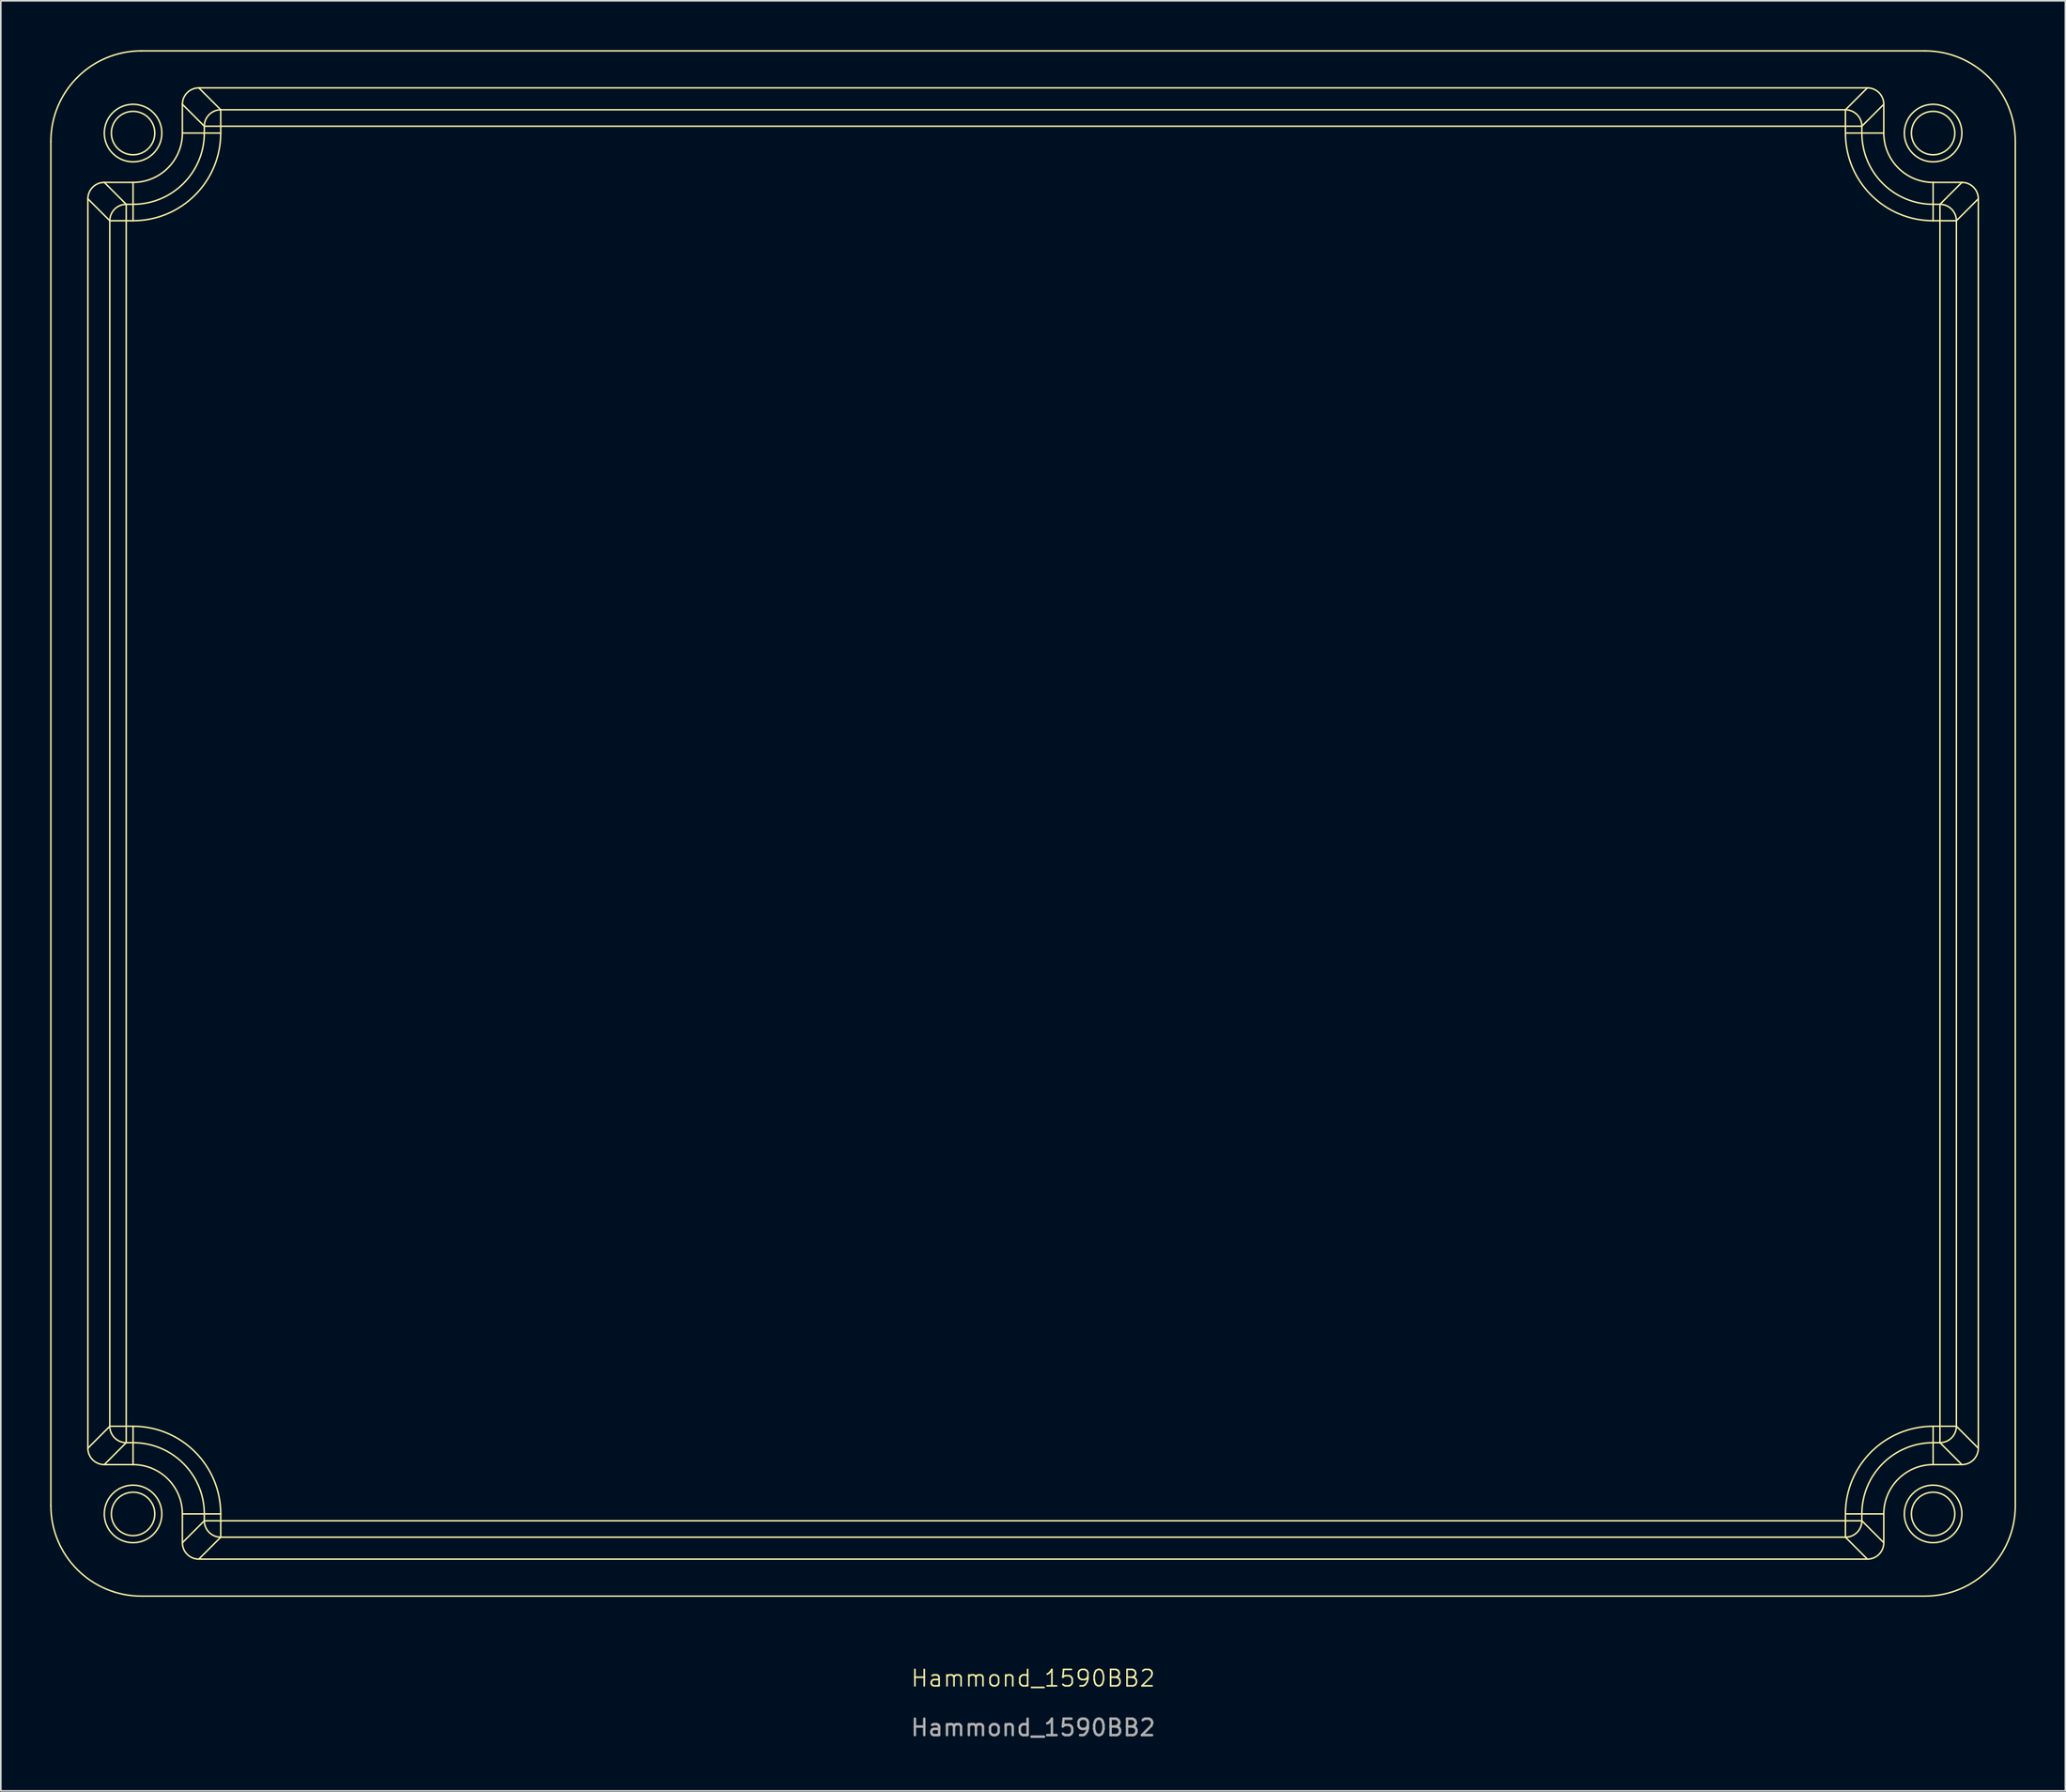
<source format=kicad_pcb>
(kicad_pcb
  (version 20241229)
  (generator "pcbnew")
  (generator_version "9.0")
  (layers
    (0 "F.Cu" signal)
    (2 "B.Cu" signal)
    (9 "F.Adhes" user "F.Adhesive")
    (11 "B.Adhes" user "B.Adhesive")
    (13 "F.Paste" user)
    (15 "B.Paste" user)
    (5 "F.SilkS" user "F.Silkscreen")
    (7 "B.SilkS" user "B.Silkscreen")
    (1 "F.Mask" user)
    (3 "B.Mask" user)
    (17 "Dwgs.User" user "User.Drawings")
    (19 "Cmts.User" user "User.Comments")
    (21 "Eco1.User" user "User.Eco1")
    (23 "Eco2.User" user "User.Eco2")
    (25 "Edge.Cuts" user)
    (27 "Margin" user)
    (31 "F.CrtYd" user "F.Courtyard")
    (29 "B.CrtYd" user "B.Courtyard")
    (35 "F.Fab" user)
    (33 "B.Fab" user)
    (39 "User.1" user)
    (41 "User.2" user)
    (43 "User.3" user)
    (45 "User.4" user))
  (footprint "Hammond_1590BB2"
    (layer "F.Cu")
    (at 59.795 47.045)
    (property "Reference" "Hammond_1590BB2" (at 0 52 0) (unlocked yes) (layer "F.SilkS") (effects (font (size 1 1) (thickness 0.1))))
    (fp_line (start -59.75 -41.5) (end -59.75 41.5) (stroke (width 0.09) (type solid)) (layer "F.SilkS"))
    (fp_line (start -57.5 -38.001) (end -56.166 -36.667) (stroke (width 0.09) (type solid)) (layer "F.SilkS"))
    (fp_line (start -57.5 38.001) (end -57.5 -38.001) (stroke (width 0.09) (type solid)) (layer "F.SilkS"))
    (fp_line (start -56.501 -39) (end -54.75 -39) (stroke (width 0.09) (type solid)) (layer "F.SilkS"))
    (fp_line (start -56.501 39) (end -55.167 37.666) (stroke (width 0.09) (type solid)) (layer "F.SilkS"))
    (fp_line (start -56.166 -36.667) (end -56.166 36.667) (stroke (width 0.09) (type solid)) (layer "F.SilkS"))
    (fp_line (start -56.166 -36.667) (end -55.167 -36.667) (stroke (width 0.09) (type solid)) (layer "F.SilkS"))
    (fp_line (start -56.166 36.667) (end -57.5 38.001) (stroke (width 0.09) (type solid)) (layer "F.SilkS"))
    (fp_line (start -55.167 -37.666) (end -56.501 -39) (stroke (width 0.09) (type solid)) (layer "F.SilkS"))
    (fp_line (start -55.167 -36.667) (end -55.167 -37.666) (stroke (width 0.09) (type solid)) (layer "F.SilkS"))
    (fp_line (start -55.167 -36.667) (end -54.75 -36.667) (stroke (width 0.09) (type solid)) (layer "F.SilkS"))
    (fp_line (start -55.167 36.667) (end -56.166 36.667) (stroke (width 0.09) (type solid)) (layer "F.SilkS"))
    (fp_line (start -55.167 36.667) (end -55.167 -36.667) (stroke (width 0.09) (type solid)) (layer "F.SilkS"))
    (fp_line (start -55.167 37.666) (end -55.167 36.667) (stroke (width 0.09) (type solid)) (layer "F.SilkS"))
    (fp_line (start -55.167 37.666) (end -54.75 37.666) (stroke (width 0.09) (type solid)) (layer "F.SilkS"))
    (fp_line (start -54.75 -39) (end -54.75 -37.666) (stroke (width 0.09) (type solid)) (layer "F.SilkS"))
    (fp_line (start -54.75 -37.666) (end -55.167 -37.666) (stroke (width 0.09) (type solid)) (layer "F.SilkS"))
    (fp_line (start -54.75 -36.667) (end -54.75 -37.666) (stroke (width 0.09) (type solid)) (layer "F.SilkS"))
    (fp_line (start -54.75 36.667) (end -55.167 36.667) (stroke (width 0.09) (type solid)) (layer "F.SilkS"))
    (fp_line (start -54.75 36.667) (end -54.75 37.666) (stroke (width 0.09) (type solid)) (layer "F.SilkS"))
    (fp_line (start -54.75 39) (end -56.501 39) (stroke (width 0.09) (type solid)) (layer "F.SilkS"))
    (fp_line (start -54.75 39) (end -54.75 37.666) (stroke (width 0.09) (type solid)) (layer "F.SilkS"))
    (fp_line (start -54.25 47) (end 54.25 47) (stroke (width 0.09) (type solid)) (layer "F.SilkS"))
    (fp_line (start -51.75 -43.751) (end -50.416 -42.417) (stroke (width 0.09) (type solid)) (layer "F.SilkS"))
    (fp_line (start -51.75 -42) (end -51.75 -43.751) (stroke (width 0.09) (type solid)) (layer "F.SilkS"))
    (fp_line (start -51.75 -42) (end -50.416 -42) (stroke (width 0.09) (type solid)) (layer "F.SilkS"))
    (fp_line (start -51.75 42) (end -50.416 42) (stroke (width 0.09) (type solid)) (layer "F.SilkS"))
    (fp_line (start -51.75 43.751) (end -51.75 42) (stroke (width 0.09) (type solid)) (layer "F.SilkS"))
    (fp_line (start -50.751 -44.75) (end 50.751 -44.75) (stroke (width 0.09) (type solid)) (layer "F.SilkS"))
    (fp_line (start -50.751 44.75) (end -49.417 43.416) (stroke (width 0.09) (type solid)) (layer "F.SilkS"))
    (fp_line (start -50.416 -42.417) (end -50.416 -42) (stroke (width 0.09) (type solid)) (layer "F.SilkS"))
    (fp_line (start -50.416 -42.417) (end -49.417 -42.417) (stroke (width 0.09) (type solid)) (layer "F.SilkS"))
    (fp_line (start -50.416 42) (end -50.416 42.417) (stroke (width 0.09) (type solid)) (layer "F.SilkS"))
    (fp_line (start -50.416 42.417) (end -51.75 43.751) (stroke (width 0.09) (type solid)) (layer "F.SilkS"))
    (fp_line (start -49.417 -43.416) (end -50.751 -44.75) (stroke (width 0.09) (type solid)) (layer "F.SilkS"))
    (fp_line (start -49.417 -42.417) (end -49.417 -43.416) (stroke (width 0.09) (type solid)) (layer "F.SilkS"))
    (fp_line (start -49.417 -42.417) (end 49.417 -42.417) (stroke (width 0.09) (type solid)) (layer "F.SilkS"))
    (fp_line (start -49.417 -42) (end -50.416 -42) (stroke (width 0.09) (type solid)) (layer "F.SilkS"))
    (fp_line (start -49.417 -42) (end -49.417 -42.417) (stroke (width 0.09) (type solid)) (layer "F.SilkS"))
    (fp_line (start -49.417 42) (end -50.416 42) (stroke (width 0.09) (type solid)) (layer "F.SilkS"))
    (fp_line (start -49.417 42.417) (end -50.416 42.417) (stroke (width 0.09) (type solid)) (layer "F.SilkS"))
    (fp_line (start -49.417 42.417) (end -49.417 42) (stroke (width 0.09) (type solid)) (layer "F.SilkS"))
    (fp_line (start -49.417 43.416) (end -49.417 42.417) (stroke (width 0.09) (type solid)) (layer "F.SilkS"))
    (fp_line (start -49.417 43.416) (end 49.417 43.416) (stroke (width 0.09) (type solid)) (layer "F.SilkS"))
    (fp_line (start 49.417 -43.416) (end -49.417 -43.416) (stroke (width 0.09) (type solid)) (layer "F.SilkS"))
    (fp_line (start 49.417 -43.416) (end 49.417 -42.417) (stroke (width 0.09) (type solid)) (layer "F.SilkS"))
    (fp_line (start 49.417 -42.417) (end 49.417 -42) (stroke (width 0.09) (type solid)) (layer "F.SilkS"))
    (fp_line (start 49.417 -42.417) (end 50.416 -42.417) (stroke (width 0.09) (type solid)) (layer "F.SilkS"))
    (fp_line (start 49.417 42) (end 49.417 42.417) (stroke (width 0.09) (type solid)) (layer "F.SilkS"))
    (fp_line (start 49.417 42.417) (end -49.417 42.417) (stroke (width 0.09) (type solid)) (layer "F.SilkS"))
    (fp_line (start 49.417 42.417) (end 49.417 43.416) (stroke (width 0.09) (type solid)) (layer "F.SilkS"))
    (fp_line (start 49.417 43.416) (end 50.751 44.75) (stroke (width 0.09) (type solid)) (layer "F.SilkS"))
    (fp_line (start 50.416 -42.417) (end 51.75 -43.751) (stroke (width 0.09) (type solid)) (layer "F.SilkS"))
    (fp_line (start 50.416 -42) (end 49.417 -42) (stroke (width 0.09) (type solid)) (layer "F.SilkS"))
    (fp_line (start 50.416 -42) (end 50.416 -42.417) (stroke (width 0.09) (type solid)) (layer "F.SilkS"))
    (fp_line (start 50.416 42) (end 49.417 42) (stroke (width 0.09) (type solid)) (layer "F.SilkS"))
    (fp_line (start 50.416 42.417) (end 49.417 42.417) (stroke (width 0.09) (type solid)) (layer "F.SilkS"))
    (fp_line (start 50.416 42.417) (end 50.416 42) (stroke (width 0.09) (type solid)) (layer "F.SilkS"))
    (fp_line (start 50.751 -44.75) (end 49.417 -43.416) (stroke (width 0.09) (type solid)) (layer "F.SilkS"))
    (fp_line (start 50.751 44.75) (end -50.751 44.75) (stroke (width 0.09) (type solid)) (layer "F.SilkS"))
    (fp_line (start 51.75 -43.751) (end 51.75 -42) (stroke (width 0.09) (type solid)) (layer "F.SilkS"))
    (fp_line (start 51.75 -42) (end 50.416 -42) (stroke (width 0.09) (type solid)) (layer "F.SilkS"))
    (fp_line (start 51.75 42) (end 50.416 42) (stroke (width 0.09) (type solid)) (layer "F.SilkS"))
    (fp_line (start 51.75 42) (end 51.75 43.751) (stroke (width 0.09) (type solid)) (layer "F.SilkS"))
    (fp_line (start 51.75 43.751) (end 50.416 42.417) (stroke (width 0.09) (type solid)) (layer "F.SilkS"))
    (fp_line (start 54.25 -47) (end -54.25 -47) (stroke (width 0.09) (type solid)) (layer "F.SilkS"))
    (fp_line (start 54.75 -39) (end 54.75 -37.666) (stroke (width 0.09) (type solid)) (layer "F.SilkS"))
    (fp_line (start 54.75 -39) (end 56.501 -39) (stroke (width 0.09) (type solid)) (layer "F.SilkS"))
    (fp_line (start 54.75 -37.666) (end 54.75 -36.667) (stroke (width 0.09) (type solid)) (layer "F.SilkS"))
    (fp_line (start 54.75 -36.667) (end 55.167 -36.667) (stroke (width 0.09) (type solid)) (layer "F.SilkS"))
    (fp_line (start 54.75 37.666) (end 54.75 36.667) (stroke (width 0.09) (type solid)) (layer "F.SilkS"))
    (fp_line (start 54.75 37.666) (end 55.167 37.666) (stroke (width 0.09) (type solid)) (layer "F.SilkS"))
    (fp_line (start 54.75 39) (end 54.75 37.666) (stroke (width 0.09) (type solid)) (layer "F.SilkS"))
    (fp_line (start 55.167 -37.666) (end 54.75 -37.666) (stroke (width 0.09) (type solid)) (layer "F.SilkS"))
    (fp_line (start 55.167 -37.666) (end 55.167 -36.667) (stroke (width 0.09) (type solid)) (layer "F.SilkS"))
    (fp_line (start 55.167 -36.667) (end 55.167 36.667) (stroke (width 0.09) (type solid)) (layer "F.SilkS"))
    (fp_line (start 55.167 -36.667) (end 56.166 -36.667) (stroke (width 0.09) (type solid)) (layer "F.SilkS"))
    (fp_line (start 55.167 36.667) (end 54.75 36.667) (stroke (width 0.09) (type solid)) (layer "F.SilkS"))
    (fp_line (start 55.167 36.667) (end 55.167 37.666) (stroke (width 0.09) (type solid)) (layer "F.SilkS"))
    (fp_line (start 55.167 37.666) (end 56.501 39) (stroke (width 0.09) (type solid)) (layer "F.SilkS"))
    (fp_line (start 56.166 -36.667) (end 57.5 -38.001) (stroke (width 0.09) (type solid)) (layer "F.SilkS"))
    (fp_line (start 56.166 36.667) (end 55.167 36.667) (stroke (width 0.09) (type solid)) (layer "F.SilkS"))
    (fp_line (start 56.166 36.667) (end 56.166 -36.667) (stroke (width 0.09) (type solid)) (layer "F.SilkS"))
    (fp_line (start 56.501 -39) (end 55.167 -37.666) (stroke (width 0.09) (type solid)) (layer "F.SilkS"))
    (fp_line (start 56.501 39) (end 54.75 39) (stroke (width 0.09) (type solid)) (layer "F.SilkS"))
    (fp_line (start 57.5 -38.001) (end 57.5 38.001) (stroke (width 0.09) (type solid)) (layer "F.SilkS"))
    (fp_line (start 57.5 38.001) (end 56.166 36.667) (stroke (width 0.09) (type solid)) (layer "F.SilkS"))
    (fp_line (start 59.75 41.5) (end 59.75 -41.5) (stroke (width 0.09) (type solid)) (layer "F.SilkS"))
    (fp_arc (start -59.75 -41.5) (mid -58.139079 -45.389079) (end -54.25 -47) (stroke (width 0.09) (type solid)) (layer "F.SilkS"))
    (fp_arc (start -54.75 36.667389) (mid -50.979263 38.229263) (end -49.417389 42) (stroke (width 0.09) (type solid)) (layer "F.SilkS"))
    (fp_arc (start -54.75 37.666437) (mid -51.685697 38.935697) (end -50.416437 42) (stroke (width 0.09) (type solid)) (layer "F.SilkS"))
    (fp_arc (start -54.75 39) (mid -52.62868 39.87868) (end -51.75 42) (stroke (width 0.09) (type solid)) (layer "F.SilkS"))
    (fp_arc (start -54.25 47) (mid -58.139076 45.389076) (end -59.75 41.5) (stroke (width 0.09) (type solid)) (layer "F.SilkS"))
    (fp_arc (start -51.75 -42) (mid -52.628671 -39.878671) (end -54.75 -39) (stroke (width 0.09) (type solid)) (layer "F.SilkS"))
    (fp_arc (start -50.416437 -42) (mid -51.685699 -38.935699) (end -54.75 -37.666437) (stroke (width 0.09) (type solid)) (layer "F.SilkS"))
    (fp_arc (start -49.417389 -42) (mid -50.979266 -38.229266) (end -54.75 -36.667388) (stroke (width 0.09) (type solid)) (layer "F.SilkS"))
    (fp_arc (start 49.417388 42) (mid 50.979283 38.229284) (end 54.75 36.667389) (stroke (width 0.09) (type solid)) (layer "F.SilkS"))
    (fp_arc (start 50.416436 42) (mid 51.685717 38.935717) (end 54.75 37.666437) (stroke (width 0.09) (type solid)) (layer "F.SilkS"))
    (fp_arc (start 51.75 42) (mid 52.62869 39.87869) (end 54.75 39) (stroke (width 0.09) (type solid)) (layer "F.SilkS"))
    (fp_arc (start 54.25 -47) (mid 58.1391 -45.3891) (end 59.75 -41.5) (stroke (width 0.09) (type solid)) (layer "F.SilkS"))
    (fp_arc (start 54.75 -39) (mid 52.628692 -39.878692) (end 51.75 -42) (stroke (width 0.09) (type solid)) (layer "F.SilkS"))
    (fp_arc (start 54.75 -37.666437) (mid 51.68572 -38.935721) (end 50.416436 -42) (stroke (width 0.09) (type solid)) (layer "F.SilkS"))
    (fp_arc (start 54.75 -36.667388) (mid 50.979286 -38.229286) (end 49.417388 -42) (stroke (width 0.09) (type solid)) (layer "F.SilkS"))
    (fp_arc (start 59.75 41.5) (mid 58.139097 45.389097) (end 54.25 47) (stroke (width 0.09) (type solid)) (layer "F.SilkS"))
    (fp_circle (center -54.75 -42) (end -56.5 -42) (stroke (width 0.09) (type solid)) (fill no) (layer "F.SilkS"))
    (fp_circle (center -54.75 -42) (end -56.071 -42) (stroke (width 0.09) (type solid)) (fill no) (layer "F.SilkS"))
    (fp_circle (center -54.75 42) (end -56.5 42) (stroke (width 0.09) (type solid)) (fill no) (layer "F.SilkS"))
    (fp_circle (center -54.75 42) (end -56.071 42) (stroke (width 0.09) (type solid)) (fill no) (layer "F.SilkS"))
    (fp_circle (center 54.75 -42) (end 53 -42) (stroke (width 0.09) (type solid)) (fill no) (layer "F.SilkS"))
    (fp_circle (center 54.75 -42) (end 53.429 -42) (stroke (width 0.09) (type solid)) (fill no) (layer "F.SilkS"))
    (fp_circle (center 54.75 42) (end 53 42) (stroke (width 0.09) (type solid)) (fill no) (layer "F.SilkS"))
    (fp_circle (center 54.75 42) (end 53.429 42) (stroke (width 0.09) (type solid)) (fill no) (layer "F.SilkS"))
    (fp_curve (pts (xy -57.5 38.001) (xy -57.5 38.553) (xy -57.053 39) (xy -56.501 39)) (stroke (width 0.09) (type solid)) (layer "F.SilkS"))
    (fp_curve (pts (xy -56.501 -39) (xy -57.053 -39) (xy -57.5 -38.553) (xy -57.5 -38.001)) (stroke (width 0.09) (type solid)) (layer "F.SilkS"))
    (fp_curve (pts (xy -56.166 36.667) (xy -56.165 37.218) (xy -55.718 37.665) (xy -55.167 37.666)) (stroke (width 0.09) (type solid)) (layer "F.SilkS"))
    (fp_curve (pts (xy -55.167 -37.666) (xy -55.718 -37.665) (xy -56.165 -37.218) (xy -56.166 -36.667)) (stroke (width 0.09) (type solid)) (layer "F.SilkS"))
    (fp_curve (pts (xy -51.75 43.751) (xy -51.75 44.303) (xy -51.303 44.75) (xy -50.751 44.75)) (stroke (width 0.09) (type solid)) (layer "F.SilkS"))
    (fp_curve (pts (xy -50.751 -44.75) (xy -51.303 -44.75) (xy -51.75 -44.303) (xy -51.75 -43.751)) (stroke (width 0.09) (type solid)) (layer "F.SilkS"))
    (fp_curve (pts (xy -50.416 42.417) (xy -50.415 42.968) (xy -49.968 43.415) (xy -49.417 43.416)) (stroke (width 0.09) (type solid)) (layer "F.SilkS"))
    (fp_curve (pts (xy -49.417 -43.416) (xy -49.968 -43.415) (xy -50.415 -42.968) (xy -50.416 -42.417)) (stroke (width 0.09) (type solid)) (layer "F.SilkS"))
    (fp_curve (pts (xy 49.417 43.416) (xy 49.968 43.415) (xy 50.415 42.968) (xy 50.416 42.417)) (stroke (width 0.09) (type solid)) (layer "F.SilkS"))
    (fp_curve (pts (xy 50.416 -42.417) (xy 50.415 -42.968) (xy 49.968 -43.415) (xy 49.417 -43.416)) (stroke (width 0.09) (type solid)) (layer "F.SilkS"))
    (fp_curve (pts (xy 50.751 44.75) (xy 51.303 44.75) (xy 51.75 44.303) (xy 51.75 43.751)) (stroke (width 0.09) (type solid)) (layer "F.SilkS"))
    (fp_curve (pts (xy 51.75 -43.751) (xy 51.75 -44.303) (xy 51.303 -44.75) (xy 50.751 -44.75)) (stroke (width 0.09) (type solid)) (layer "F.SilkS"))
    (fp_curve (pts (xy 55.167 37.666) (xy 55.718 37.665) (xy 56.165 37.218) (xy 56.166 36.667)) (stroke (width 0.09) (type solid)) (layer "F.SilkS"))
    (fp_curve (pts (xy 56.166 -36.667) (xy 56.165 -37.218) (xy 55.718 -37.665) (xy 55.167 -37.666)) (stroke (width 0.09) (type solid)) (layer "F.SilkS"))
    (fp_curve (pts (xy 56.501 39) (xy 57.053 39) (xy 57.5 38.553) (xy 57.5 38.001)) (stroke (width 0.09) (type solid)) (layer "F.SilkS"))
    (fp_curve (pts (xy 57.5 -38.001) (xy 57.5 -38.553) (xy 57.053 -39) (xy 56.501 -39)) (stroke (width 0.09) (type solid)) (layer "F.SilkS"))
    (fp_text user "${REFERENCE}" (at 0 55 0) (unlocked yes) (layer "F.Fab") (effects (font (size 1 1) (thickness 0.15)))))
  (gr_rect
    (start -3 -3)
    (end 122.59 105.893)
    (stroke (width 0.1) (type default))
    (fill no)
    (layer "Edge.Cuts")))
</source>
